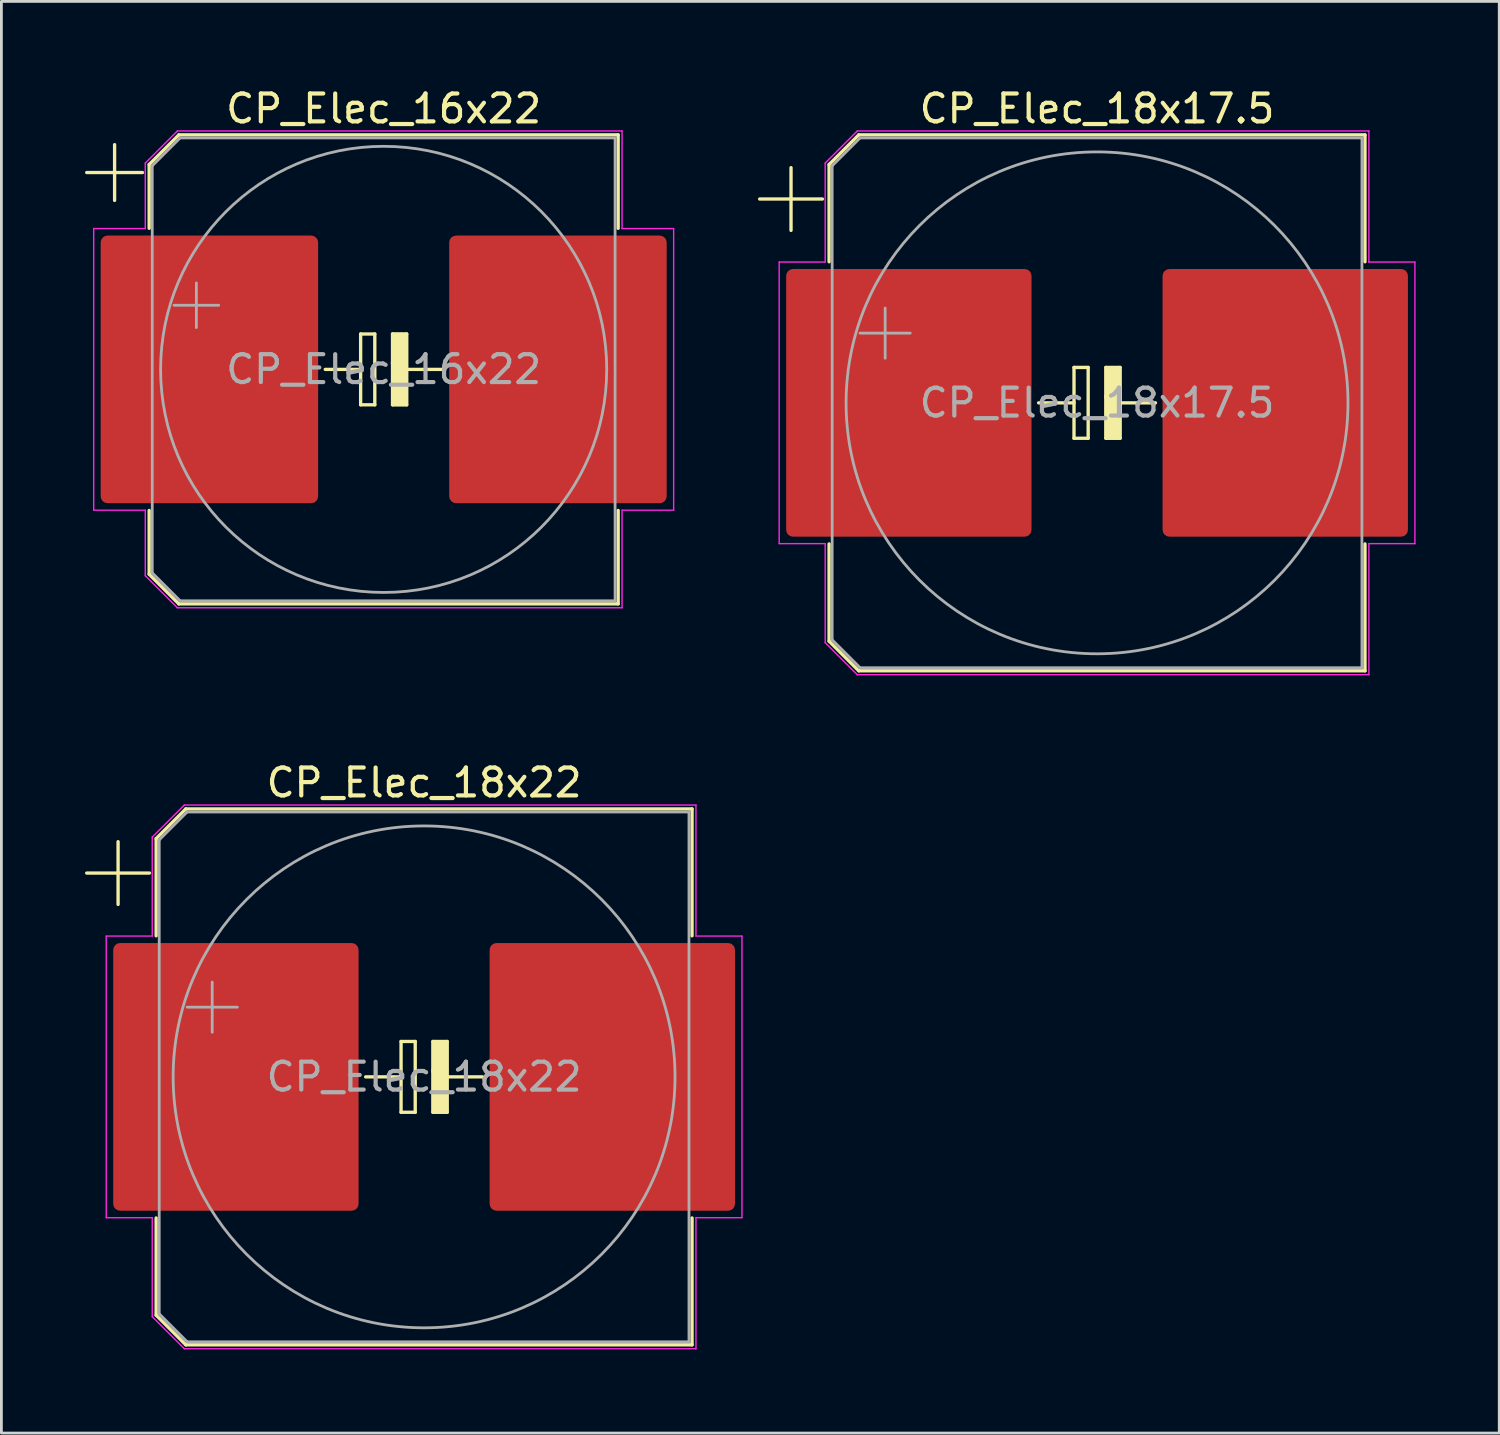
<source format=kicad_pcb>
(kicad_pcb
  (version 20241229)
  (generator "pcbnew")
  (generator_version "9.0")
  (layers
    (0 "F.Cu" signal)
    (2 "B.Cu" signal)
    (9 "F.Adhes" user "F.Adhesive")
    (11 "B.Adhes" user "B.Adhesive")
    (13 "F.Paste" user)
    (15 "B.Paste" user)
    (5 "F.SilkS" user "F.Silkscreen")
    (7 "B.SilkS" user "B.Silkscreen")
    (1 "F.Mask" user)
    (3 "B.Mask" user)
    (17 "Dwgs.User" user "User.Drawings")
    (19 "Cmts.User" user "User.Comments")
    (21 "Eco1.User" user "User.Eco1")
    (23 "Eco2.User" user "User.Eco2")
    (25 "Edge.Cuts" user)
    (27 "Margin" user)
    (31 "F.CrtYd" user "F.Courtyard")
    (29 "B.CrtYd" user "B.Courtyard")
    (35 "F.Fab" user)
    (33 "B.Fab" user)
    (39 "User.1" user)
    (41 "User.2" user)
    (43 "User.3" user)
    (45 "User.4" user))
  (footprint "CP_Elec_16x22"
    (layer "F.Cu")
    (at 10.71 10.198)
    (property "Reference" "CP_Elec_16x22" (at 0 -9.35 0) (layer "F.SilkS") (effects (font (size 1 1) (thickness 0.15))))
    (attr smd)
    (fp_line (start -10.65 -7.06) (end -8.65 -7.06) (stroke (width 0.12) (type solid)) (layer "F.SilkS"))
    (fp_line (start -9.65 -8.06) (end -9.65 -6.06) (stroke (width 0.12) (type solid)) (layer "F.SilkS"))
    (fp_line (start -8.41 -7.346) (end -8.41 -5.06) (stroke (width 0.12) (type solid)) (layer "F.SilkS"))
    (fp_line (start -8.41 -7.346) (end -7.346 -8.41) (stroke (width 0.12) (type solid)) (layer "F.SilkS"))
    (fp_line (start -8.41 7.346) (end -8.41 5.06) (stroke (width 0.12) (type solid)) (layer "F.SilkS"))
    (fp_line (start -8.41 7.346) (end -7.346 8.41) (stroke (width 0.12) (type solid)) (layer "F.SilkS"))
    (fp_line (start -7.346 -8.41) (end 8.41 -8.41) (stroke (width 0.12) (type solid)) (layer "F.SilkS"))
    (fp_line (start -7.346 8.41) (end 8.41 8.41) (stroke (width 0.12) (type solid)) (layer "F.SilkS"))
    (fp_line (start -2.095 0) (end -0.826 0) (stroke (width 0.12) (type solid)) (layer "F.SilkS"))
    (fp_line (start -0.826 1.27) (end -0.826 -1.27) (stroke (width 0.12) (type solid)) (layer "F.SilkS"))
    (fp_line (start -0.318 -1.27) (end -0.826 -1.27) (stroke (width 0.12) (type solid)) (layer "F.SilkS"))
    (fp_line (start -0.318 -1.27) (end -0.318 1.27) (stroke (width 0.12) (type solid)) (layer "F.SilkS"))
    (fp_line (start -0.318 1.27) (end -0.826 1.27) (stroke (width 0.12) (type solid)) (layer "F.SilkS"))
    (fp_line (start 0.318 -1.27) (end 0.318 -0.191) (stroke (width 0.12) (type solid)) (layer "F.SilkS"))
    (fp_line (start 0.318 -0.254) (end 0.318 1.27) (stroke (width 0.12) (type solid)) (layer "F.SilkS"))
    (fp_line (start 0.318 1.27) (end 0.826 1.27) (stroke (width 0.12) (type solid)) (layer "F.SilkS"))
    (fp_line (start 0.826 -1.27) (end 0.318 -1.27) (stroke (width 0.12) (type solid)) (layer "F.SilkS"))
    (fp_line (start 0.826 0) (end 2.095 0) (stroke (width 0.12) (type solid)) (layer "F.SilkS"))
    (fp_line (start 0.826 1.27) (end 0.826 -1.27) (stroke (width 0.12) (type solid)) (layer "F.SilkS"))
    (fp_line (start 8.41 -8.41) (end 8.41 -5.06) (stroke (width 0.12) (type solid)) (layer "F.SilkS"))
    (fp_line (start 8.41 8.41) (end 8.41 5.06) (stroke (width 0.12) (type solid)) (layer "F.SilkS"))
    (fp_poly (pts (xy 0.826 1.27) (xy 0.318 1.27) (xy 0.318 -1.27) (xy 0.826 -1.27)) (stroke (width 0.1) (type solid)) (fill yes) (layer "F.SilkS"))
    (fp_line (start -10.4 -5.05) (end -10.4 5.05) (stroke (width 0.05) (type solid)) (layer "F.CrtYd"))
    (fp_line (start -10.4 5.05) (end -8.55 5.05) (stroke (width 0.05) (type solid)) (layer "F.CrtYd"))
    (fp_line (start -8.55 -7.4) (end -8.55 -5.05) (stroke (width 0.05) (type solid)) (layer "F.CrtYd"))
    (fp_line (start -8.55 -7.4) (end -7.4 -8.55) (stroke (width 0.05) (type solid)) (layer "F.CrtYd"))
    (fp_line (start -8.55 -5.05) (end -10.4 -5.05) (stroke (width 0.05) (type solid)) (layer "F.CrtYd"))
    (fp_line (start -8.55 5.05) (end -8.55 7.4) (stroke (width 0.05) (type solid)) (layer "F.CrtYd"))
    (fp_line (start -8.55 7.4) (end -7.4 8.55) (stroke (width 0.05) (type solid)) (layer "F.CrtYd"))
    (fp_line (start -7.4 -8.55) (end 8.55 -8.55) (stroke (width 0.05) (type solid)) (layer "F.CrtYd"))
    (fp_line (start -7.4 8.55) (end 8.55 8.55) (stroke (width 0.05) (type solid)) (layer "F.CrtYd"))
    (fp_line (start 8.55 -8.55) (end 8.55 -5.05) (stroke (width 0.05) (type solid)) (layer "F.CrtYd"))
    (fp_line (start 8.55 -5.05) (end 10.4 -5.05) (stroke (width 0.05) (type solid)) (layer "F.CrtYd"))
    (fp_line (start 8.55 5.05) (end 8.55 8.55) (stroke (width 0.05) (type solid)) (layer "F.CrtYd"))
    (fp_line (start 10.4 -5.05) (end 10.4 5.05) (stroke (width 0.05) (type solid)) (layer "F.CrtYd"))
    (fp_line (start 10.4 5.05) (end 8.55 5.05) (stroke (width 0.05) (type solid)) (layer "F.CrtYd"))
    (fp_line (start -8.3 -7.3) (end -8.3 7.3) (stroke (width 0.1) (type solid)) (layer "F.Fab"))
    (fp_line (start -8.3 -7.3) (end -7.3 -8.3) (stroke (width 0.1) (type solid)) (layer "F.Fab"))
    (fp_line (start -8.3 7.3) (end -7.3 8.3) (stroke (width 0.1) (type solid)) (layer "F.Fab"))
    (fp_line (start -7.517 -2.3) (end -5.917 -2.3) (stroke (width 0.1) (type solid)) (layer "F.Fab"))
    (fp_line (start -7.3 -8.3) (end 8.3 -8.3) (stroke (width 0.1) (type solid)) (layer "F.Fab"))
    (fp_line (start -7.3 8.3) (end 8.3 8.3) (stroke (width 0.1) (type solid)) (layer "F.Fab"))
    (fp_line (start -6.717 -3.1) (end -6.717 -1.5) (stroke (width 0.1) (type solid)) (layer "F.Fab"))
    (fp_line (start 8.3 -8.3) (end 8.3 8.3) (stroke (width 0.1) (type solid)) (layer "F.Fab"))
    (fp_circle (center 0 0) (end 8 0) (stroke (width 0.1) (type solid)) (fill no) (layer "F.Fab"))
    (fp_text user "${REFERENCE}" (at 0 0 0) (layer "F.Fab") (effects (font (size 1 1) (thickness 0.15))))
    (pad "1" smd roundrect (at -6.25 0) (size 7.8 9.6) (layers "F.Cu" "F.Mask" "F.Paste") (roundrect_rratio 0.032))
    (pad "2" smd roundrect (at 6.25 0) (size 7.8 9.6) (layers "F.Cu" "F.Mask" "F.Paste") (roundrect_rratio 0.032)))
  (footprint "CP_Elec_18x22"
    (layer "F.Cu")
    (at 12.16 35.572)
    (property "Reference" "CP_Elec_18x22" (at 0 -10.55 0) (layer "F.SilkS") (effects (font (size 1 1) (thickness 0.15))))
    (attr smd)
    (fp_line (start -12.1 -7.31) (end -9.85 -7.31) (stroke (width 0.12) (type solid)) (layer "F.SilkS"))
    (fp_line (start -10.975 -8.435) (end -10.975 -6.185) (stroke (width 0.12) (type solid)) (layer "F.SilkS"))
    (fp_line (start -9.61 -8.546) (end -9.61 -5.06) (stroke (width 0.12) (type solid)) (layer "F.SilkS"))
    (fp_line (start -9.61 -8.546) (end -8.546 -9.61) (stroke (width 0.12) (type solid)) (layer "F.SilkS"))
    (fp_line (start -9.61 8.546) (end -9.61 5.06) (stroke (width 0.12) (type solid)) (layer "F.SilkS"))
    (fp_line (start -9.61 8.546) (end -8.546 9.61) (stroke (width 0.12) (type solid)) (layer "F.SilkS"))
    (fp_line (start -8.546 -9.61) (end 9.61 -9.61) (stroke (width 0.12) (type solid)) (layer "F.SilkS"))
    (fp_line (start -8.546 9.61) (end 9.61 9.61) (stroke (width 0.12) (type solid)) (layer "F.SilkS"))
    (fp_line (start -2.095 0) (end -0.826 0) (stroke (width 0.12) (type solid)) (layer "F.SilkS"))
    (fp_line (start -0.826 1.27) (end -0.826 -1.27) (stroke (width 0.12) (type solid)) (layer "F.SilkS"))
    (fp_line (start -0.318 -1.27) (end -0.826 -1.27) (stroke (width 0.12) (type solid)) (layer "F.SilkS"))
    (fp_line (start -0.318 -1.27) (end -0.318 1.27) (stroke (width 0.12) (type solid)) (layer "F.SilkS"))
    (fp_line (start -0.318 1.27) (end -0.826 1.27) (stroke (width 0.12) (type solid)) (layer "F.SilkS"))
    (fp_line (start 0.318 -1.27) (end 0.318 -0.191) (stroke (width 0.12) (type solid)) (layer "F.SilkS"))
    (fp_line (start 0.318 -0.254) (end 0.318 1.27) (stroke (width 0.12) (type solid)) (layer "F.SilkS"))
    (fp_line (start 0.318 1.27) (end 0.826 1.27) (stroke (width 0.12) (type solid)) (layer "F.SilkS"))
    (fp_line (start 0.826 -1.27) (end 0.318 -1.27) (stroke (width 0.12) (type solid)) (layer "F.SilkS"))
    (fp_line (start 0.826 0) (end 2.095 0) (stroke (width 0.12) (type solid)) (layer "F.SilkS"))
    (fp_line (start 0.826 1.27) (end 0.826 -1.27) (stroke (width 0.12) (type solid)) (layer "F.SilkS"))
    (fp_line (start 9.61 -9.61) (end 9.61 -5.06) (stroke (width 0.12) (type solid)) (layer "F.SilkS"))
    (fp_line (start 9.61 9.61) (end 9.61 5.06) (stroke (width 0.12) (type solid)) (layer "F.SilkS"))
    (fp_poly (pts (xy 0.826 1.27) (xy 0.318 1.27) (xy 0.318 -1.27) (xy 0.826 -1.27)) (stroke (width 0.1) (type solid)) (fill yes) (layer "F.SilkS"))
    (fp_line (start -11.4 -5.05) (end -11.4 5.05) (stroke (width 0.05) (type solid)) (layer "F.CrtYd"))
    (fp_line (start -11.4 5.05) (end -9.75 5.05) (stroke (width 0.05) (type solid)) (layer "F.CrtYd"))
    (fp_line (start -9.75 -8.6) (end -9.75 -5.05) (stroke (width 0.05) (type solid)) (layer "F.CrtYd"))
    (fp_line (start -9.75 -8.6) (end -8.6 -9.75) (stroke (width 0.05) (type solid)) (layer "F.CrtYd"))
    (fp_line (start -9.75 -5.05) (end -11.4 -5.05) (stroke (width 0.05) (type solid)) (layer "F.CrtYd"))
    (fp_line (start -9.75 5.05) (end -9.75 8.6) (stroke (width 0.05) (type solid)) (layer "F.CrtYd"))
    (fp_line (start -9.75 8.6) (end -8.6 9.75) (stroke (width 0.05) (type solid)) (layer "F.CrtYd"))
    (fp_line (start -8.6 -9.75) (end 9.75 -9.75) (stroke (width 0.05) (type solid)) (layer "F.CrtYd"))
    (fp_line (start -8.6 9.75) (end 9.75 9.75) (stroke (width 0.05) (type solid)) (layer "F.CrtYd"))
    (fp_line (start 9.75 -9.75) (end 9.75 -5.05) (stroke (width 0.05) (type solid)) (layer "F.CrtYd"))
    (fp_line (start 9.75 -5.05) (end 11.4 -5.05) (stroke (width 0.05) (type solid)) (layer "F.CrtYd"))
    (fp_line (start 9.75 5.05) (end 9.75 9.75) (stroke (width 0.05) (type solid)) (layer "F.CrtYd"))
    (fp_line (start 11.4 -5.05) (end 11.4 5.05) (stroke (width 0.05) (type solid)) (layer "F.CrtYd"))
    (fp_line (start 11.4 5.05) (end 9.75 5.05) (stroke (width 0.05) (type solid)) (layer "F.CrtYd"))
    (fp_line (start -9.5 -8.5) (end -9.5 8.5) (stroke (width 0.1) (type solid)) (layer "F.Fab"))
    (fp_line (start -9.5 -8.5) (end -8.5 -9.5) (stroke (width 0.1) (type solid)) (layer "F.Fab"))
    (fp_line (start -9.5 8.5) (end -8.5 9.5) (stroke (width 0.1) (type solid)) (layer "F.Fab"))
    (fp_line (start -8.5 -9.5) (end 9.5 -9.5) (stroke (width 0.1) (type solid)) (layer "F.Fab"))
    (fp_line (start -8.5 9.5) (end 9.5 9.5) (stroke (width 0.1) (type solid)) (layer "F.Fab"))
    (fp_line (start -8.499 -2.5) (end -6.699 -2.5) (stroke (width 0.1) (type solid)) (layer "F.Fab"))
    (fp_line (start -7.599 -3.4) (end -7.599 -1.6) (stroke (width 0.1) (type solid)) (layer "F.Fab"))
    (fp_line (start 9.5 -9.5) (end 9.5 9.5) (stroke (width 0.1) (type solid)) (layer "F.Fab"))
    (fp_circle (center 0 0) (end 9 0) (stroke (width 0.1) (type solid)) (fill no) (layer "F.Fab"))
    (fp_text user "${REFERENCE}" (at 0 0 0) (layer "F.Fab") (effects (font (size 1 1) (thickness 0.15))))
    (pad "1" smd roundrect (at -6.75 0) (size 8.8 9.6) (layers "F.Cu" "F.Mask" "F.Paste") (roundrect_rratio 0.028))
    (pad "2" smd roundrect (at 6.75 0) (size 8.8 9.6) (layers "F.Cu" "F.Mask" "F.Paste") (roundrect_rratio 0.028)))
  (footprint "CP_Elec_18x17.5"
    (layer "F.Cu")
    (at 36.295 11.398)
    (property "Reference" "CP_Elec_18x17.5" (at 0 -10.55 0) (layer "F.SilkS") (effects (font (size 1 1) (thickness 0.15))))
    (attr smd)
    (fp_line (start -12.1 -7.31) (end -9.85 -7.31) (stroke (width 0.12) (type solid)) (layer "F.SilkS"))
    (fp_line (start -10.975 -8.435) (end -10.975 -6.185) (stroke (width 0.12) (type solid)) (layer "F.SilkS"))
    (fp_line (start -9.61 -8.546) (end -9.61 -5.06) (stroke (width 0.12) (type solid)) (layer "F.SilkS"))
    (fp_line (start -9.61 -8.546) (end -8.546 -9.61) (stroke (width 0.12) (type solid)) (layer "F.SilkS"))
    (fp_line (start -9.61 8.546) (end -9.61 5.06) (stroke (width 0.12) (type solid)) (layer "F.SilkS"))
    (fp_line (start -9.61 8.546) (end -8.546 9.61) (stroke (width 0.12) (type solid)) (layer "F.SilkS"))
    (fp_line (start -8.546 -9.61) (end 9.61 -9.61) (stroke (width 0.12) (type solid)) (layer "F.SilkS"))
    (fp_line (start -8.546 9.61) (end 9.61 9.61) (stroke (width 0.12) (type solid)) (layer "F.SilkS"))
    (fp_line (start -2.095 0) (end -0.826 0) (stroke (width 0.12) (type solid)) (layer "F.SilkS"))
    (fp_line (start -0.826 1.27) (end -0.826 -1.27) (stroke (width 0.12) (type solid)) (layer "F.SilkS"))
    (fp_line (start -0.318 -1.27) (end -0.826 -1.27) (stroke (width 0.12) (type solid)) (layer "F.SilkS"))
    (fp_line (start -0.318 -1.27) (end -0.318 1.27) (stroke (width 0.12) (type solid)) (layer "F.SilkS"))
    (fp_line (start -0.318 1.27) (end -0.826 1.27) (stroke (width 0.12) (type solid)) (layer "F.SilkS"))
    (fp_line (start 0.318 -1.27) (end 0.318 -0.191) (stroke (width 0.12) (type solid)) (layer "F.SilkS"))
    (fp_line (start 0.318 -0.254) (end 0.318 1.27) (stroke (width 0.12) (type solid)) (layer "F.SilkS"))
    (fp_line (start 0.318 1.27) (end 0.826 1.27) (stroke (width 0.12) (type solid)) (layer "F.SilkS"))
    (fp_line (start 0.826 -1.27) (end 0.318 -1.27) (stroke (width 0.12) (type solid)) (layer "F.SilkS"))
    (fp_line (start 0.826 0) (end 2.095 0) (stroke (width 0.12) (type solid)) (layer "F.SilkS"))
    (fp_line (start 0.826 1.27) (end 0.826 -1.27) (stroke (width 0.12) (type solid)) (layer "F.SilkS"))
    (fp_line (start 9.61 -9.61) (end 9.61 -5.06) (stroke (width 0.12) (type solid)) (layer "F.SilkS"))
    (fp_line (start 9.61 9.61) (end 9.61 5.06) (stroke (width 0.12) (type solid)) (layer "F.SilkS"))
    (fp_poly (pts (xy 0.826 1.27) (xy 0.318 1.27) (xy 0.318 -1.27) (xy 0.826 -1.27)) (stroke (width 0.1) (type solid)) (fill yes) (layer "F.SilkS"))
    (fp_line (start -11.4 -5.05) (end -11.4 5.05) (stroke (width 0.05) (type solid)) (layer "F.CrtYd"))
    (fp_line (start -11.4 5.05) (end -9.75 5.05) (stroke (width 0.05) (type solid)) (layer "F.CrtYd"))
    (fp_line (start -9.75 -8.6) (end -9.75 -5.05) (stroke (width 0.05) (type solid)) (layer "F.CrtYd"))
    (fp_line (start -9.75 -8.6) (end -8.6 -9.75) (stroke (width 0.05) (type solid)) (layer "F.CrtYd"))
    (fp_line (start -9.75 -5.05) (end -11.4 -5.05) (stroke (width 0.05) (type solid)) (layer "F.CrtYd"))
    (fp_line (start -9.75 5.05) (end -9.75 8.6) (stroke (width 0.05) (type solid)) (layer "F.CrtYd"))
    (fp_line (start -9.75 8.6) (end -8.6 9.75) (stroke (width 0.05) (type solid)) (layer "F.CrtYd"))
    (fp_line (start -8.6 -9.75) (end 9.75 -9.75) (stroke (width 0.05) (type solid)) (layer "F.CrtYd"))
    (fp_line (start -8.6 9.75) (end 9.75 9.75) (stroke (width 0.05) (type solid)) (layer "F.CrtYd"))
    (fp_line (start 9.75 -9.75) (end 9.75 -5.05) (stroke (width 0.05) (type solid)) (layer "F.CrtYd"))
    (fp_line (start 9.75 -5.05) (end 11.4 -5.05) (stroke (width 0.05) (type solid)) (layer "F.CrtYd"))
    (fp_line (start 9.75 5.05) (end 9.75 9.75) (stroke (width 0.05) (type solid)) (layer "F.CrtYd"))
    (fp_line (start 11.4 -5.05) (end 11.4 5.05) (stroke (width 0.05) (type solid)) (layer "F.CrtYd"))
    (fp_line (start 11.4 5.05) (end 9.75 5.05) (stroke (width 0.05) (type solid)) (layer "F.CrtYd"))
    (fp_line (start -9.5 -8.5) (end -9.5 8.5) (stroke (width 0.1) (type solid)) (layer "F.Fab"))
    (fp_line (start -9.5 -8.5) (end -8.5 -9.5) (stroke (width 0.1) (type solid)) (layer "F.Fab"))
    (fp_line (start -9.5 8.5) (end -8.5 9.5) (stroke (width 0.1) (type solid)) (layer "F.Fab"))
    (fp_line (start -8.5 -9.5) (end 9.5 -9.5) (stroke (width 0.1) (type solid)) (layer "F.Fab"))
    (fp_line (start -8.5 9.5) (end 9.5 9.5) (stroke (width 0.1) (type solid)) (layer "F.Fab"))
    (fp_line (start -8.499 -2.5) (end -6.699 -2.5) (stroke (width 0.1) (type solid)) (layer "F.Fab"))
    (fp_line (start -7.599 -3.4) (end -7.599 -1.6) (stroke (width 0.1) (type solid)) (layer "F.Fab"))
    (fp_line (start 9.5 -9.5) (end 9.5 9.5) (stroke (width 0.1) (type solid)) (layer "F.Fab"))
    (fp_circle (center 0 0) (end 9 0) (stroke (width 0.1) (type solid)) (fill no) (layer "F.Fab"))
    (fp_text user "${REFERENCE}" (at 0 0 0) (layer "F.Fab") (effects (font (size 1 1) (thickness 0.15))))
    (pad "1" smd roundrect (at -6.75 0) (size 8.8 9.6) (layers "F.Cu" "F.Mask" "F.Paste") (roundrect_rratio 0.028))
    (pad "2" smd roundrect (at 6.75 0) (size 8.8 9.6) (layers "F.Cu" "F.Mask" "F.Paste") (roundrect_rratio 0.028)))
  (gr_rect
    (start -3 -3)
    (end 50.72 48.346)
    (stroke (width 0.1) (type default))
    (fill no)
    (layer "Edge.Cuts")))
</source>
